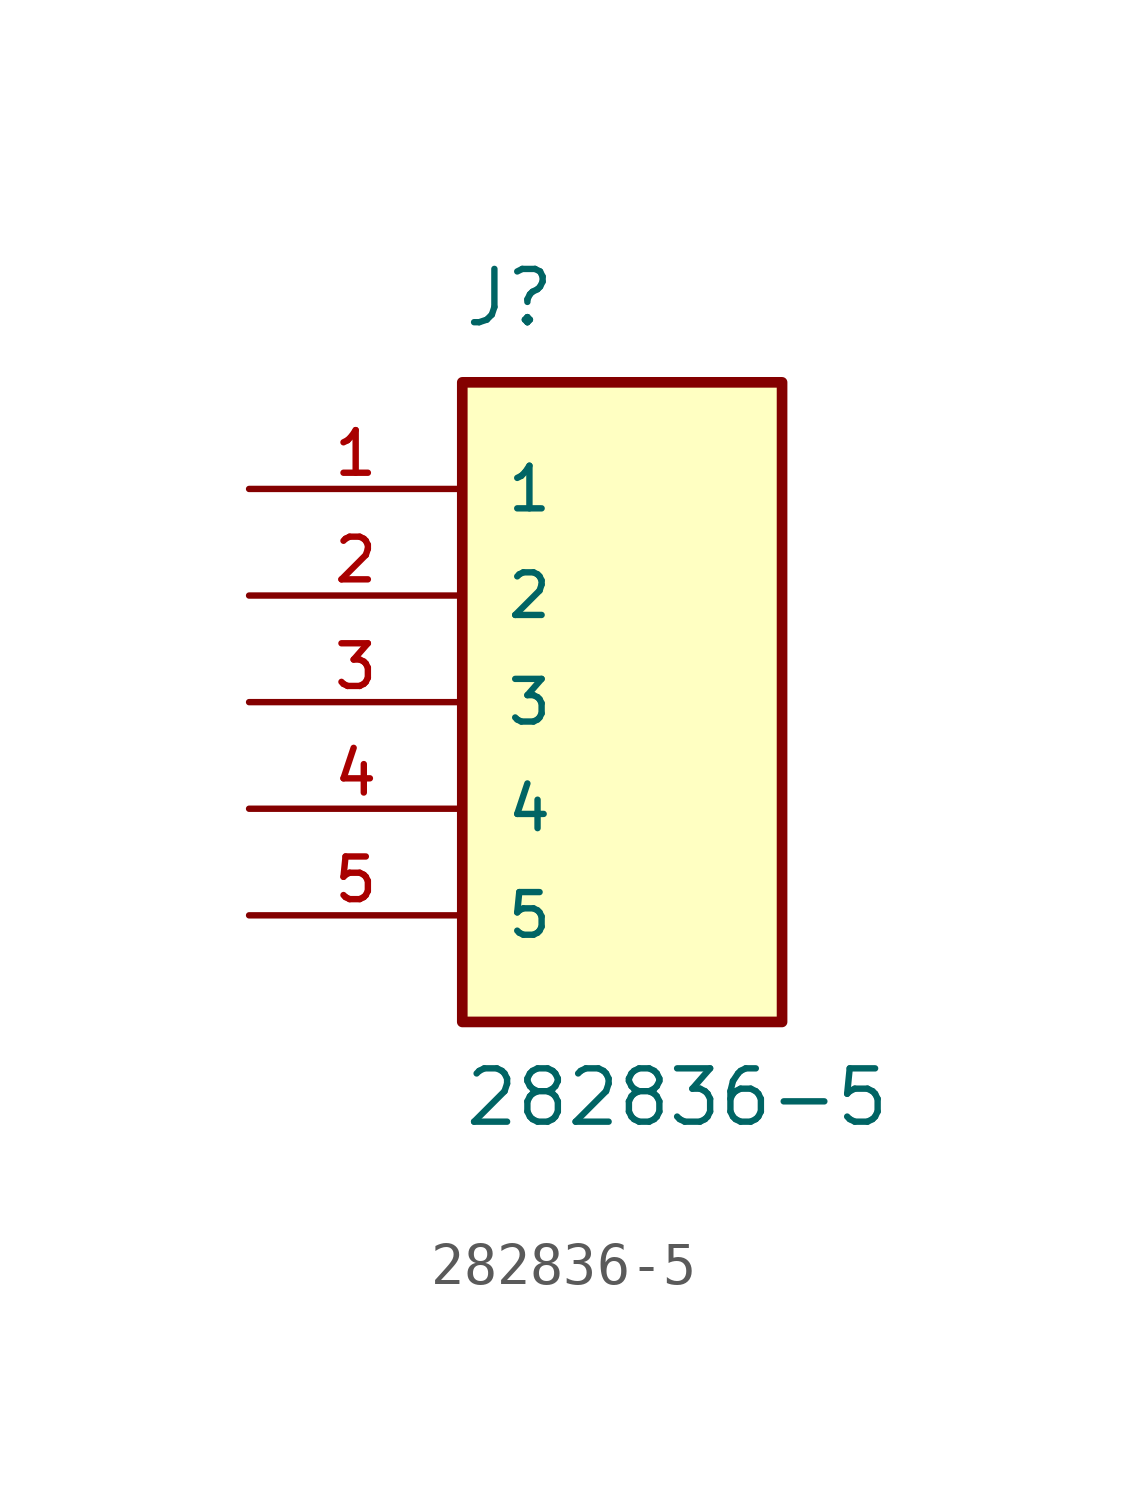
<source format=kicad_sym>
(kicad_symbol_lib
  (version 20211014)
  (generator kicad_symbol_editor)
  (symbol "282836-5"
    (pin_names
      (offset 1.016))
    (property "Reference" "J"
      (at 0.0 8.89 0)
      (effects (font (size 1.27 1.27)) (justify bottom left)))
    (property "Value" "282836-5"
      (at 0.0 -10.16 0)
      (effects (font (size 1.27 1.27)) (justify bottom left)))
    (symbol "282836-5_0_0"
      (rectangle (start 0.0 -7.62) (end 7.62 7.62) (stroke (width 0.254)) (fill (type background)))
      (pin passive line (at -5.08 5.08 0) (length 5.08) (name "1" (effects (font (size 1.016 1.016)))) (number "1" (effects (font (size 1.016 1.016)))))
      (pin passive line (at -5.08 2.54 0) (length 5.08) (name "2" (effects (font (size 1.016 1.016)))) (number "2" (effects (font (size 1.016 1.016)))))
      (pin passive line (at -5.08 0.0 0) (length 5.08) (name "3" (effects (font (size 1.016 1.016)))) (number "3" (effects (font (size 1.016 1.016)))))
      (pin passive line (at -5.08 -2.54 0) (length 5.08) (name "4" (effects (font (size 1.016 1.016)))) (number "4" (effects (font (size 1.016 1.016)))))
      (pin passive line (at -5.08 -5.08 0) (length 5.08) (name "5" (effects (font (size 1.016 1.016)))) (number "5" (effects (font (size 1.016 1.016))))))))
</source>
